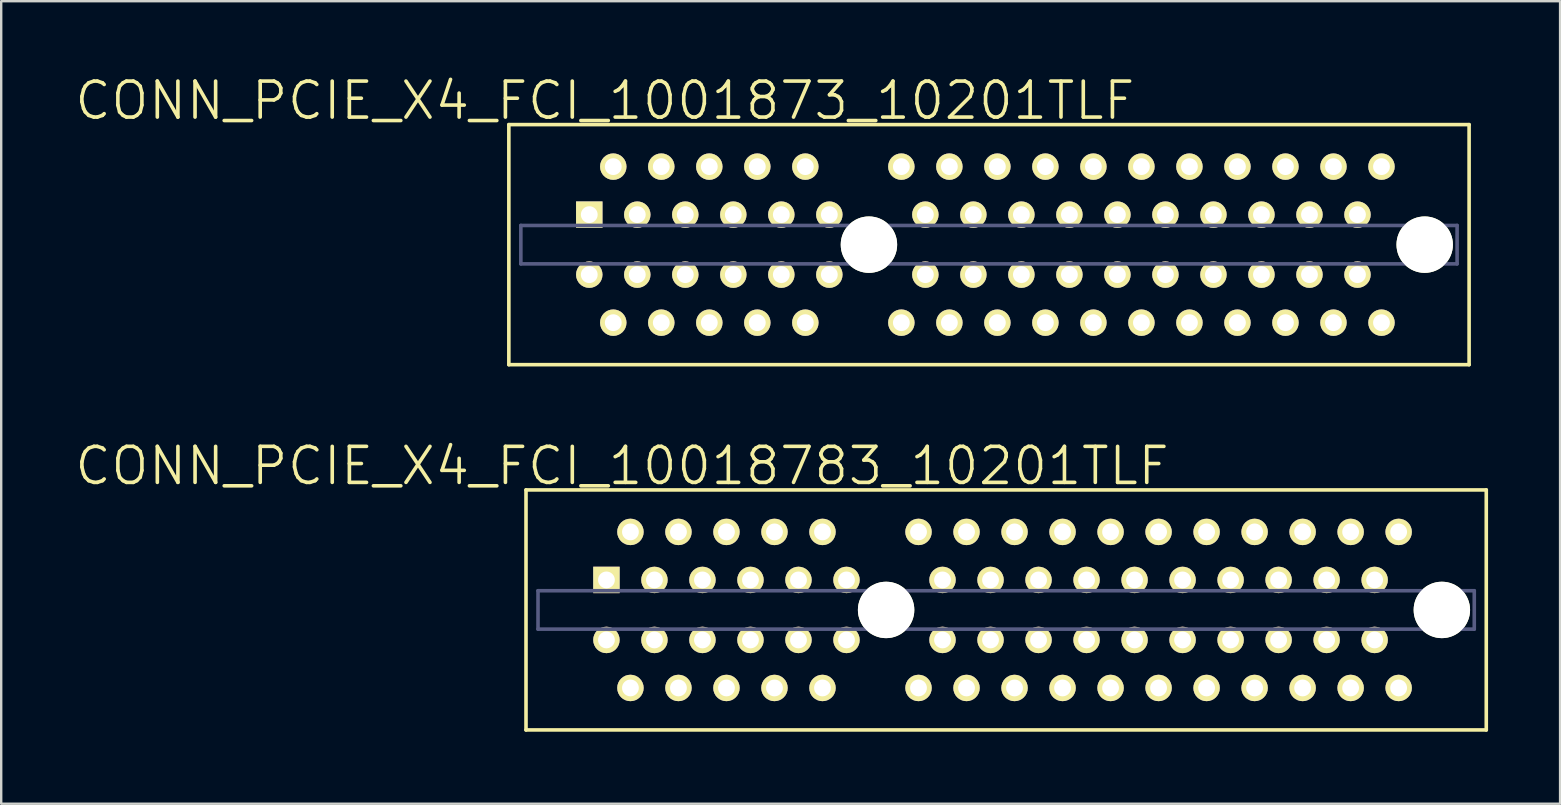
<source format=kicad_pcb>
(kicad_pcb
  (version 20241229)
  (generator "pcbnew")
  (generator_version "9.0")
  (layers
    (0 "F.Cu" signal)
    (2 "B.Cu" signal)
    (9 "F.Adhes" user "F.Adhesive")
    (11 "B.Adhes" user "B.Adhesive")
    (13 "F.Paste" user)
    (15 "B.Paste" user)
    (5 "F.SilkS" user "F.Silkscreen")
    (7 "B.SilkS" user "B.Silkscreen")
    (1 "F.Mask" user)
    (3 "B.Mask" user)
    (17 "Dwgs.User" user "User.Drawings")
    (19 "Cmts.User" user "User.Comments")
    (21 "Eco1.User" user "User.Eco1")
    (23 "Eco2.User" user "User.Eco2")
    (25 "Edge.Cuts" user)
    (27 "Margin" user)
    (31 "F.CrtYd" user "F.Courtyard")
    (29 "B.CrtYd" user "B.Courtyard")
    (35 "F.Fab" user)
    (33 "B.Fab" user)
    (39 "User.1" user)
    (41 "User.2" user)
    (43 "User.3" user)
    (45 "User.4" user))
  (footprint "CONN_PCIE_X4_FCI_10018783_10201TLF"
    (layer "F.Cu")
    (at 33.861 22.357)
    (property "Reference" "CONN_PCIE_X4_FCI_10018783_10201TLF" (at -11 -6 0) (layer "F.SilkS") (effects (font (size 1.5 1.5) (thickness 0.15))))
    (attr through_hole)
    (fp_line (start -15 -5) (end -15 5) (stroke (width 0.15) (type solid)) (layer "F.SilkS"))
    (fp_line (start -15 -5) (end 25 -5) (stroke (width 0.15) (type solid)) (layer "F.SilkS"))
    (fp_line (start -15 5) (end 25 5) (stroke (width 0.15) (type solid)) (layer "F.SilkS"))
    (fp_line (start 25 -5) (end 25 5) (stroke (width 0.15) (type solid)) (layer "F.SilkS"))
    (fp_line (start 0 -0.8) (end 0 0.8) (stroke (width 0.15) (type solid)) (layer "Dwgs.User"))
    (fp_line (start -14.5 -0.8) (end -14.5 0.8) (stroke (width 0.15) (type solid)) (layer "B.Fab"))
    (fp_line (start -14.5 0.8) (end 24.5 0.8) (stroke (width 0.15) (type solid)) (layer "B.Fab"))
    (fp_line (start 24.5 -0.8) (end -14.5 -0.8) (stroke (width 0.15) (type solid)) (layer "B.Fab"))
    (fp_line (start 24.5 -0.8) (end 24.5 0.8) (stroke (width 0.15) (type solid)) (layer "B.Fab"))
    (pad "" np_thru_hole circle (at 0 0) (size 2.35 2.35) (drill 2.35) (layers "*.Cu" "*.Mask" "F.SilkS"))
    (pad "" np_thru_hole circle (at 23.15 0) (size 2.35 2.35) (drill 2.35) (layers "*.Cu" "*.Mask" "F.SilkS"))
    (pad "A1" thru_hole circle (at -10.65 -3.25) (size 1.1 1.1) (drill 0.7) (layers "*.Cu" "*.Mask" "F.SilkS"))
    (pad "A2" thru_hole rect (at -11.65 -1.25) (size 1.1 1.1) (drill 0.7) (layers "*.Cu" "*.Mask" "F.SilkS"))
    (pad "A3" thru_hole circle (at -9.65 -1.25) (size 1.1 1.1) (drill 0.7) (layers "*.Cu" "*.Mask" "F.SilkS"))
    (pad "A4" thru_hole circle (at -8.65 -3.25) (size 1.1 1.1) (drill 0.7) (layers "*.Cu" "*.Mask" "F.SilkS"))
    (pad "A5" thru_hole circle (at -7.65 -1.25) (size 1.1 1.1) (drill 0.7) (layers "*.Cu" "*.Mask" "F.SilkS"))
    (pad "A6" thru_hole circle (at -6.65 -3.25) (size 1.1 1.1) (drill 0.7) (layers "*.Cu" "*.Mask" "F.SilkS"))
    (pad "A7" thru_hole circle (at -5.65 -1.25) (size 1.1 1.1) (drill 0.7) (layers "*.Cu" "*.Mask" "F.SilkS"))
    (pad "A8" thru_hole circle (at -4.65 -3.25) (size 1.1 1.1) (drill 0.7) (layers "*.Cu" "*.Mask" "F.SilkS"))
    (pad "A9" thru_hole circle (at -3.65 -1.25) (size 1.1 1.1) (drill 0.7) (layers "*.Cu" "*.Mask" "F.SilkS"))
    (pad "A10" thru_hole circle (at -2.65 -3.25) (size 1.1 1.1) (drill 0.7) (layers "*.Cu" "*.Mask" "F.SilkS"))
    (pad "A11" thru_hole circle (at -1.65 -1.25) (size 1.1 1.1) (drill 0.7) (layers "*.Cu" "*.Mask" "F.SilkS"))
    (pad "A12" thru_hole circle (at 1.35 -3.25) (size 1.1 1.1) (drill 0.7) (layers "*.Cu" "*.Mask" "F.SilkS"))
    (pad "A13" thru_hole circle (at 2.35 -1.25) (size 1.1 1.1) (drill 0.7) (layers "*.Cu" "*.Mask" "F.SilkS"))
    (pad "A14" thru_hole circle (at 3.35 -3.25) (size 1.1 1.1) (drill 0.7) (layers "*.Cu" "*.Mask" "F.SilkS"))
    (pad "A15" thru_hole circle (at 4.35 -1.25) (size 1.1 1.1) (drill 0.7) (layers "*.Cu" "*.Mask" "F.SilkS"))
    (pad "A16" thru_hole circle (at 5.35 -3.25) (size 1.1 1.1) (drill 0.7) (layers "*.Cu" "*.Mask" "F.SilkS"))
    (pad "A17" thru_hole circle (at 6.35 -1.25) (size 1.1 1.1) (drill 0.7) (layers "*.Cu" "*.Mask" "F.SilkS"))
    (pad "A18" thru_hole circle (at 7.35 -3.25) (size 1.1 1.1) (drill 0.7) (layers "*.Cu" "*.Mask" "F.SilkS"))
    (pad "A19" thru_hole circle (at 8.35 -1.25) (size 1.1 1.1) (drill 0.7) (layers "*.Cu" "*.Mask" "F.SilkS"))
    (pad "A20" thru_hole circle (at 9.35 -3.25) (size 1.1 1.1) (drill 0.7) (layers "*.Cu" "*.Mask" "F.SilkS"))
    (pad "A21" thru_hole circle (at 10.35 -1.25) (size 1.1 1.1) (drill 0.7) (layers "*.Cu" "*.Mask" "F.SilkS"))
    (pad "A22" thru_hole circle (at 11.35 -3.25) (size 1.1 1.1) (drill 0.7) (layers "*.Cu" "*.Mask" "F.SilkS"))
    (pad "A23" thru_hole circle (at 12.35 -1.25) (size 1.1 1.1) (drill 0.7) (layers "*.Cu" "*.Mask" "F.SilkS"))
    (pad "A24" thru_hole circle (at 13.35 -3.25) (size 1.1 1.1) (drill 0.7) (layers "*.Cu" "*.Mask" "F.SilkS"))
    (pad "A25" thru_hole circle (at 14.35 -1.25) (size 1.1 1.1) (drill 0.7) (layers "*.Cu" "*.Mask" "F.SilkS"))
    (pad "A26" thru_hole circle (at 15.35 -3.25) (size 1.1 1.1) (drill 0.7) (layers "*.Cu" "*.Mask" "F.SilkS"))
    (pad "A27" thru_hole circle (at 16.35 -1.25) (size 1.1 1.1) (drill 0.7) (layers "*.Cu" "*.Mask" "F.SilkS"))
    (pad "A28" thru_hole circle (at 17.35 -3.25) (size 1.1 1.1) (drill 0.7) (layers "*.Cu" "*.Mask" "F.SilkS"))
    (pad "A29" thru_hole circle (at 18.35 -1.25) (size 1.1 1.1) (drill 0.7) (layers "*.Cu" "*.Mask" "F.SilkS"))
    (pad "A30" thru_hole circle (at 19.35 -3.25) (size 1.1 1.1) (drill 0.7) (layers "*.Cu" "*.Mask" "F.SilkS"))
    (pad "A31" thru_hole circle (at 20.35 -1.25) (size 1.1 1.1) (drill 0.7) (layers "*.Cu" "*.Mask" "F.SilkS"))
    (pad "A32" thru_hole circle (at 21.35 -3.25) (size 1.1 1.1) (drill 0.7) (layers "*.Cu" "*.Mask" "F.SilkS"))
    (pad "B1" thru_hole circle (at -11.65 1.25) (size 1.1 1.1) (drill 0.7) (layers "*.Cu" "*.Mask" "F.SilkS"))
    (pad "B2" thru_hole circle (at -10.65 3.25) (size 1.1 1.1) (drill 0.7) (layers "*.Cu" "*.Mask" "F.SilkS"))
    (pad "B3" thru_hole circle (at -9.65 1.25) (size 1.1 1.1) (drill 0.7) (layers "*.Cu" "*.Mask" "F.SilkS"))
    (pad "B4" thru_hole circle (at -8.65 3.25) (size 1.1 1.1) (drill 0.7) (layers "*.Cu" "*.Mask" "F.SilkS"))
    (pad "B5" thru_hole circle (at -7.65 1.25) (size 1.1 1.1) (drill 0.7) (layers "*.Cu" "*.Mask" "F.SilkS"))
    (pad "B6" thru_hole circle (at -6.65 3.25) (size 1.1 1.1) (drill 0.7) (layers "*.Cu" "*.Mask" "F.SilkS"))
    (pad "B7" thru_hole circle (at -5.65 1.25) (size 1.1 1.1) (drill 0.7) (layers "*.Cu" "*.Mask" "F.SilkS"))
    (pad "B8" thru_hole circle (at -4.65 3.25) (size 1.1 1.1) (drill 0.7) (layers "*.Cu" "*.Mask" "F.SilkS"))
    (pad "B9" thru_hole circle (at -3.65 1.25) (size 1.1 1.1) (drill 0.7) (layers "*.Cu" "*.Mask" "F.SilkS"))
    (pad "B10" thru_hole circle (at -2.65 3.25) (size 1.1 1.1) (drill 0.7) (layers "*.Cu" "*.Mask" "F.SilkS"))
    (pad "B11" thru_hole circle (at -1.65 1.25) (size 1.1 1.1) (drill 0.7) (layers "*.Cu" "*.Mask" "F.SilkS"))
    (pad "B12" thru_hole circle (at 1.35 3.25) (size 1.1 1.1) (drill 0.7) (layers "*.Cu" "*.Mask" "F.SilkS"))
    (pad "B13" thru_hole circle (at 2.35 1.25) (size 1.1 1.1) (drill 0.7) (layers "*.Cu" "*.Mask" "F.SilkS"))
    (pad "B14" thru_hole circle (at 3.35 3.25) (size 1.1 1.1) (drill 0.7) (layers "*.Cu" "*.Mask" "F.SilkS"))
    (pad "B15" thru_hole circle (at 4.35 1.25) (size 1.1 1.1) (drill 0.7) (layers "*.Cu" "*.Mask" "F.SilkS"))
    (pad "B16" thru_hole circle (at 5.35 3.25) (size 1.1 1.1) (drill 0.7) (layers "*.Cu" "*.Mask" "F.SilkS"))
    (pad "B17" thru_hole circle (at 6.35 1.25) (size 1.1 1.1) (drill 0.7) (layers "*.Cu" "*.Mask" "F.SilkS"))
    (pad "B18" thru_hole circle (at 7.35 3.25) (size 1.1 1.1) (drill 0.7) (layers "*.Cu" "*.Mask" "F.SilkS"))
    (pad "B19" thru_hole circle (at 8.35 1.25) (size 1.1 1.1) (drill 0.7) (layers "*.Cu" "*.Mask" "F.SilkS"))
    (pad "B20" thru_hole circle (at 9.35 3.25) (size 1.1 1.1) (drill 0.7) (layers "*.Cu" "*.Mask" "F.SilkS"))
    (pad "B21" thru_hole circle (at 10.35 1.25) (size 1.1 1.1) (drill 0.7) (layers "*.Cu" "*.Mask" "F.SilkS"))
    (pad "B22" thru_hole circle (at 11.35 3.25) (size 1.1 1.1) (drill 0.7) (layers "*.Cu" "*.Mask" "F.SilkS"))
    (pad "B23" thru_hole circle (at 12.35 1.25) (size 1.1 1.1) (drill 0.7) (layers "*.Cu" "*.Mask" "F.SilkS"))
    (pad "B24" thru_hole circle (at 13.35 3.25) (size 1.1 1.1) (drill 0.7) (layers "*.Cu" "*.Mask" "F.SilkS"))
    (pad "B25" thru_hole circle (at 14.35 1.25) (size 1.1 1.1) (drill 0.7) (layers "*.Cu" "*.Mask" "F.SilkS"))
    (pad "B26" thru_hole circle (at 15.35 3.25) (size 1.1 1.1) (drill 0.7) (layers "*.Cu" "*.Mask" "F.SilkS"))
    (pad "B27" thru_hole circle (at 16.35 1.25) (size 1.1 1.1) (drill 0.7) (layers "*.Cu" "*.Mask" "F.SilkS"))
    (pad "B28" thru_hole circle (at 17.35 3.25) (size 1.1 1.1) (drill 0.7) (layers "*.Cu" "*.Mask" "F.SilkS"))
    (pad "B29" thru_hole circle (at 18.35 1.25) (size 1.1 1.1) (drill 0.7) (layers "*.Cu" "*.Mask" "F.SilkS"))
    (pad "B30" thru_hole circle (at 19.35 3.25) (size 1.1 1.1) (drill 0.7) (layers "*.Cu" "*.Mask" "F.SilkS"))
    (pad "B31" thru_hole circle (at 20.35 1.25) (size 1.1 1.1) (drill 0.7) (layers "*.Cu" "*.Mask" "F.SilkS"))
    (pad "B32" thru_hole circle (at 21.35 3.25) (size 1.1 1.1) (drill 0.7) (layers "*.Cu" "*.Mask" "F.SilkS")))
  (footprint "CONN_PCIE_X4_FCI_1001873_10201TLF"
    (layer "F.Cu")
    (at 33.146 7.141)
    (property "Reference" "CONN_PCIE_X4_FCI_1001873_10201TLF" (at -11 -6 0) (layer "F.SilkS") (effects (font (size 1.5 1.5) (thickness 0.15))))
    (attr through_hole)
    (fp_line (start -15 -5) (end -15 5) (stroke (width 0.15) (type solid)) (layer "F.SilkS"))
    (fp_line (start -15 -5) (end 25 -5) (stroke (width 0.15) (type solid)) (layer "F.SilkS"))
    (fp_line (start -15 5) (end 25 5) (stroke (width 0.15) (type solid)) (layer "F.SilkS"))
    (fp_line (start 25 -5) (end 25 5) (stroke (width 0.15) (type solid)) (layer "F.SilkS"))
    (fp_line (start 0 -0.8) (end 0 0.8) (stroke (width 0.15) (type solid)) (layer "Dwgs.User"))
    (fp_line (start -14.5 -0.8) (end -14.5 0.8) (stroke (width 0.15) (type solid)) (layer "B.Fab"))
    (fp_line (start -14.5 0.8) (end 24.5 0.8) (stroke (width 0.15) (type solid)) (layer "B.Fab"))
    (fp_line (start 24.5 -0.8) (end -14.5 -0.8) (stroke (width 0.15) (type solid)) (layer "B.Fab"))
    (fp_line (start 24.5 -0.8) (end 24.5 0.8) (stroke (width 0.15) (type solid)) (layer "B.Fab"))
    (pad "" np_thru_hole circle (at 0 0) (size 2.35 2.35) (drill 2.35) (layers "*.Cu" "*.Mask" "F.SilkS"))
    (pad "" np_thru_hole circle (at 23.15 0) (size 2.35 2.35) (drill 2.35) (layers "*.Cu" "*.Mask" "F.SilkS"))
    (pad "A1" thru_hole circle (at -10.65 -3.25) (size 1.1 1.1) (drill 0.7) (layers "*.Cu" "*.Mask" "F.SilkS"))
    (pad "A2" thru_hole rect (at -11.65 -1.25) (size 1.1 1.1) (drill 0.7) (layers "*.Cu" "*.Mask" "F.SilkS"))
    (pad "A3" thru_hole circle (at -9.65 -1.25) (size 1.1 1.1) (drill 0.7) (layers "*.Cu" "*.Mask" "F.SilkS"))
    (pad "A4" thru_hole circle (at -8.65 -3.25) (size 1.1 1.1) (drill 0.7) (layers "*.Cu" "*.Mask" "F.SilkS"))
    (pad "A5" thru_hole circle (at -7.65 -1.25) (size 1.1 1.1) (drill 0.7) (layers "*.Cu" "*.Mask" "F.SilkS"))
    (pad "A6" thru_hole circle (at -6.65 -3.25) (size 1.1 1.1) (drill 0.7) (layers "*.Cu" "*.Mask" "F.SilkS"))
    (pad "A7" thru_hole circle (at -5.65 -1.25) (size 1.1 1.1) (drill 0.7) (layers "*.Cu" "*.Mask" "F.SilkS"))
    (pad "A8" thru_hole circle (at -4.65 -3.25) (size 1.1 1.1) (drill 0.7) (layers "*.Cu" "*.Mask" "F.SilkS"))
    (pad "A9" thru_hole circle (at -3.65 -1.25) (size 1.1 1.1) (drill 0.7) (layers "*.Cu" "*.Mask" "F.SilkS"))
    (pad "A10" thru_hole circle (at -2.65 -3.25) (size 1.1 1.1) (drill 0.7) (layers "*.Cu" "*.Mask" "F.SilkS"))
    (pad "A11" thru_hole circle (at -1.65 -1.25) (size 1.1 1.1) (drill 0.7) (layers "*.Cu" "*.Mask" "F.SilkS"))
    (pad "A12" thru_hole circle (at 1.35 -3.25) (size 1.1 1.1) (drill 0.7) (layers "*.Cu" "*.Mask" "F.SilkS"))
    (pad "A13" thru_hole circle (at 2.35 -1.25) (size 1.1 1.1) (drill 0.7) (layers "*.Cu" "*.Mask" "F.SilkS"))
    (pad "A14" thru_hole circle (at 3.35 -3.25) (size 1.1 1.1) (drill 0.7) (layers "*.Cu" "*.Mask" "F.SilkS"))
    (pad "A15" thru_hole circle (at 4.35 -1.25) (size 1.1 1.1) (drill 0.7) (layers "*.Cu" "*.Mask" "F.SilkS"))
    (pad "A16" thru_hole circle (at 5.35 -3.25) (size 1.1 1.1) (drill 0.7) (layers "*.Cu" "*.Mask" "F.SilkS"))
    (pad "A17" thru_hole circle (at 6.35 -1.25) (size 1.1 1.1) (drill 0.7) (layers "*.Cu" "*.Mask" "F.SilkS"))
    (pad "A18" thru_hole circle (at 7.35 -3.25) (size 1.1 1.1) (drill 0.7) (layers "*.Cu" "*.Mask" "F.SilkS"))
    (pad "A19" thru_hole circle (at 8.35 -1.25) (size 1.1 1.1) (drill 0.7) (layers "*.Cu" "*.Mask" "F.SilkS"))
    (pad "A20" thru_hole circle (at 9.35 -3.25) (size 1.1 1.1) (drill 0.7) (layers "*.Cu" "*.Mask" "F.SilkS"))
    (pad "A21" thru_hole circle (at 10.35 -1.25) (size 1.1 1.1) (drill 0.7) (layers "*.Cu" "*.Mask" "F.SilkS"))
    (pad "A22" thru_hole circle (at 11.35 -3.25) (size 1.1 1.1) (drill 0.7) (layers "*.Cu" "*.Mask" "F.SilkS"))
    (pad "A23" thru_hole circle (at 12.35 -1.25) (size 1.1 1.1) (drill 0.7) (layers "*.Cu" "*.Mask" "F.SilkS"))
    (pad "A24" thru_hole circle (at 13.35 -3.25) (size 1.1 1.1) (drill 0.7) (layers "*.Cu" "*.Mask" "F.SilkS"))
    (pad "A25" thru_hole circle (at 14.35 -1.25) (size 1.1 1.1) (drill 0.7) (layers "*.Cu" "*.Mask" "F.SilkS"))
    (pad "A26" thru_hole circle (at 15.35 -3.25) (size 1.1 1.1) (drill 0.7) (layers "*.Cu" "*.Mask" "F.SilkS"))
    (pad "A27" thru_hole circle (at 16.35 -1.25) (size 1.1 1.1) (drill 0.7) (layers "*.Cu" "*.Mask" "F.SilkS"))
    (pad "A28" thru_hole circle (at 17.35 -3.25) (size 1.1 1.1) (drill 0.7) (layers "*.Cu" "*.Mask" "F.SilkS"))
    (pad "A29" thru_hole circle (at 18.35 -1.25) (size 1.1 1.1) (drill 0.7) (layers "*.Cu" "*.Mask" "F.SilkS"))
    (pad "A30" thru_hole circle (at 19.35 -3.25) (size 1.1 1.1) (drill 0.7) (layers "*.Cu" "*.Mask" "F.SilkS"))
    (pad "A31" thru_hole circle (at 20.35 -1.25) (size 1.1 1.1) (drill 0.7) (layers "*.Cu" "*.Mask" "F.SilkS"))
    (pad "A32" thru_hole circle (at 21.35 -3.25) (size 1.1 1.1) (drill 0.7) (layers "*.Cu" "*.Mask" "F.SilkS"))
    (pad "B1" thru_hole circle (at -11.65 1.25) (size 1.1 1.1) (drill 0.7) (layers "*.Cu" "*.Mask" "F.SilkS"))
    (pad "B2" thru_hole circle (at -10.65 3.25) (size 1.1 1.1) (drill 0.7) (layers "*.Cu" "*.Mask" "F.SilkS"))
    (pad "B3" thru_hole circle (at -9.65 1.25) (size 1.1 1.1) (drill 0.7) (layers "*.Cu" "*.Mask" "F.SilkS"))
    (pad "B4" thru_hole circle (at -8.65 3.25) (size 1.1 1.1) (drill 0.7) (layers "*.Cu" "*.Mask" "F.SilkS"))
    (pad "B5" thru_hole circle (at -7.65 1.25) (size 1.1 1.1) (drill 0.7) (layers "*.Cu" "*.Mask" "F.SilkS"))
    (pad "B6" thru_hole circle (at -6.65 3.25) (size 1.1 1.1) (drill 0.7) (layers "*.Cu" "*.Mask" "F.SilkS"))
    (pad "B7" thru_hole circle (at -5.65 1.25) (size 1.1 1.1) (drill 0.7) (layers "*.Cu" "*.Mask" "F.SilkS"))
    (pad "B8" thru_hole circle (at -4.65 3.25) (size 1.1 1.1) (drill 0.7) (layers "*.Cu" "*.Mask" "F.SilkS"))
    (pad "B9" thru_hole circle (at -3.65 1.25) (size 1.1 1.1) (drill 0.7) (layers "*.Cu" "*.Mask" "F.SilkS"))
    (pad "B10" thru_hole circle (at -2.65 3.25) (size 1.1 1.1) (drill 0.7) (layers "*.Cu" "*.Mask" "F.SilkS"))
    (pad "B11" thru_hole circle (at -1.65 1.25) (size 1.1 1.1) (drill 0.7) (layers "*.Cu" "*.Mask" "F.SilkS"))
    (pad "B12" thru_hole circle (at 1.35 3.25) (size 1.1 1.1) (drill 0.7) (layers "*.Cu" "*.Mask" "F.SilkS"))
    (pad "B13" thru_hole circle (at 2.35 1.25) (size 1.1 1.1) (drill 0.7) (layers "*.Cu" "*.Mask" "F.SilkS"))
    (pad "B14" thru_hole circle (at 3.35 3.25) (size 1.1 1.1) (drill 0.7) (layers "*.Cu" "*.Mask" "F.SilkS"))
    (pad "B15" thru_hole circle (at 4.35 1.25) (size 1.1 1.1) (drill 0.7) (layers "*.Cu" "*.Mask" "F.SilkS"))
    (pad "B16" thru_hole circle (at 5.35 3.25) (size 1.1 1.1) (drill 0.7) (layers "*.Cu" "*.Mask" "F.SilkS"))
    (pad "B17" thru_hole circle (at 6.35 1.25) (size 1.1 1.1) (drill 0.7) (layers "*.Cu" "*.Mask" "F.SilkS"))
    (pad "B18" thru_hole circle (at 7.35 3.25) (size 1.1 1.1) (drill 0.7) (layers "*.Cu" "*.Mask" "F.SilkS"))
    (pad "B19" thru_hole circle (at 8.35 1.25) (size 1.1 1.1) (drill 0.7) (layers "*.Cu" "*.Mask" "F.SilkS"))
    (pad "B20" thru_hole circle (at 9.35 3.25) (size 1.1 1.1) (drill 0.7) (layers "*.Cu" "*.Mask" "F.SilkS"))
    (pad "B21" thru_hole circle (at 10.35 1.25) (size 1.1 1.1) (drill 0.7) (layers "*.Cu" "*.Mask" "F.SilkS"))
    (pad "B22" thru_hole circle (at 11.35 3.25) (size 1.1 1.1) (drill 0.7) (layers "*.Cu" "*.Mask" "F.SilkS"))
    (pad "B23" thru_hole circle (at 12.35 1.25) (size 1.1 1.1) (drill 0.7) (layers "*.Cu" "*.Mask" "F.SilkS"))
    (pad "B24" thru_hole circle (at 13.35 3.25) (size 1.1 1.1) (drill 0.7) (layers "*.Cu" "*.Mask" "F.SilkS"))
    (pad "B25" thru_hole circle (at 14.35 1.25) (size 1.1 1.1) (drill 0.7) (layers "*.Cu" "*.Mask" "F.SilkS"))
    (pad "B26" thru_hole circle (at 15.35 3.25) (size 1.1 1.1) (drill 0.7) (layers "*.Cu" "*.Mask" "F.SilkS"))
    (pad "B27" thru_hole circle (at 16.35 1.25) (size 1.1 1.1) (drill 0.7) (layers "*.Cu" "*.Mask" "F.SilkS"))
    (pad "B28" thru_hole circle (at 17.35 3.25) (size 1.1 1.1) (drill 0.7) (layers "*.Cu" "*.Mask" "F.SilkS"))
    (pad "B29" thru_hole circle (at 18.35 1.25) (size 1.1 1.1) (drill 0.7) (layers "*.Cu" "*.Mask" "F.SilkS"))
    (pad "B30" thru_hole circle (at 19.35 3.25) (size 1.1 1.1) (drill 0.7) (layers "*.Cu" "*.Mask" "F.SilkS"))
    (pad "B31" thru_hole circle (at 20.35 1.25) (size 1.1 1.1) (drill 0.7) (layers "*.Cu" "*.Mask" "F.SilkS"))
    (pad "B32" thru_hole circle (at 21.35 3.25) (size 1.1 1.1) (drill 0.7) (layers "*.Cu" "*.Mask" "F.SilkS")))
  (gr_rect
    (start -3 -3)
    (end 61.936 30.431)
    (stroke (width 0.1) (type default))
    (fill no)
    (layer "Edge.Cuts")))
</source>
